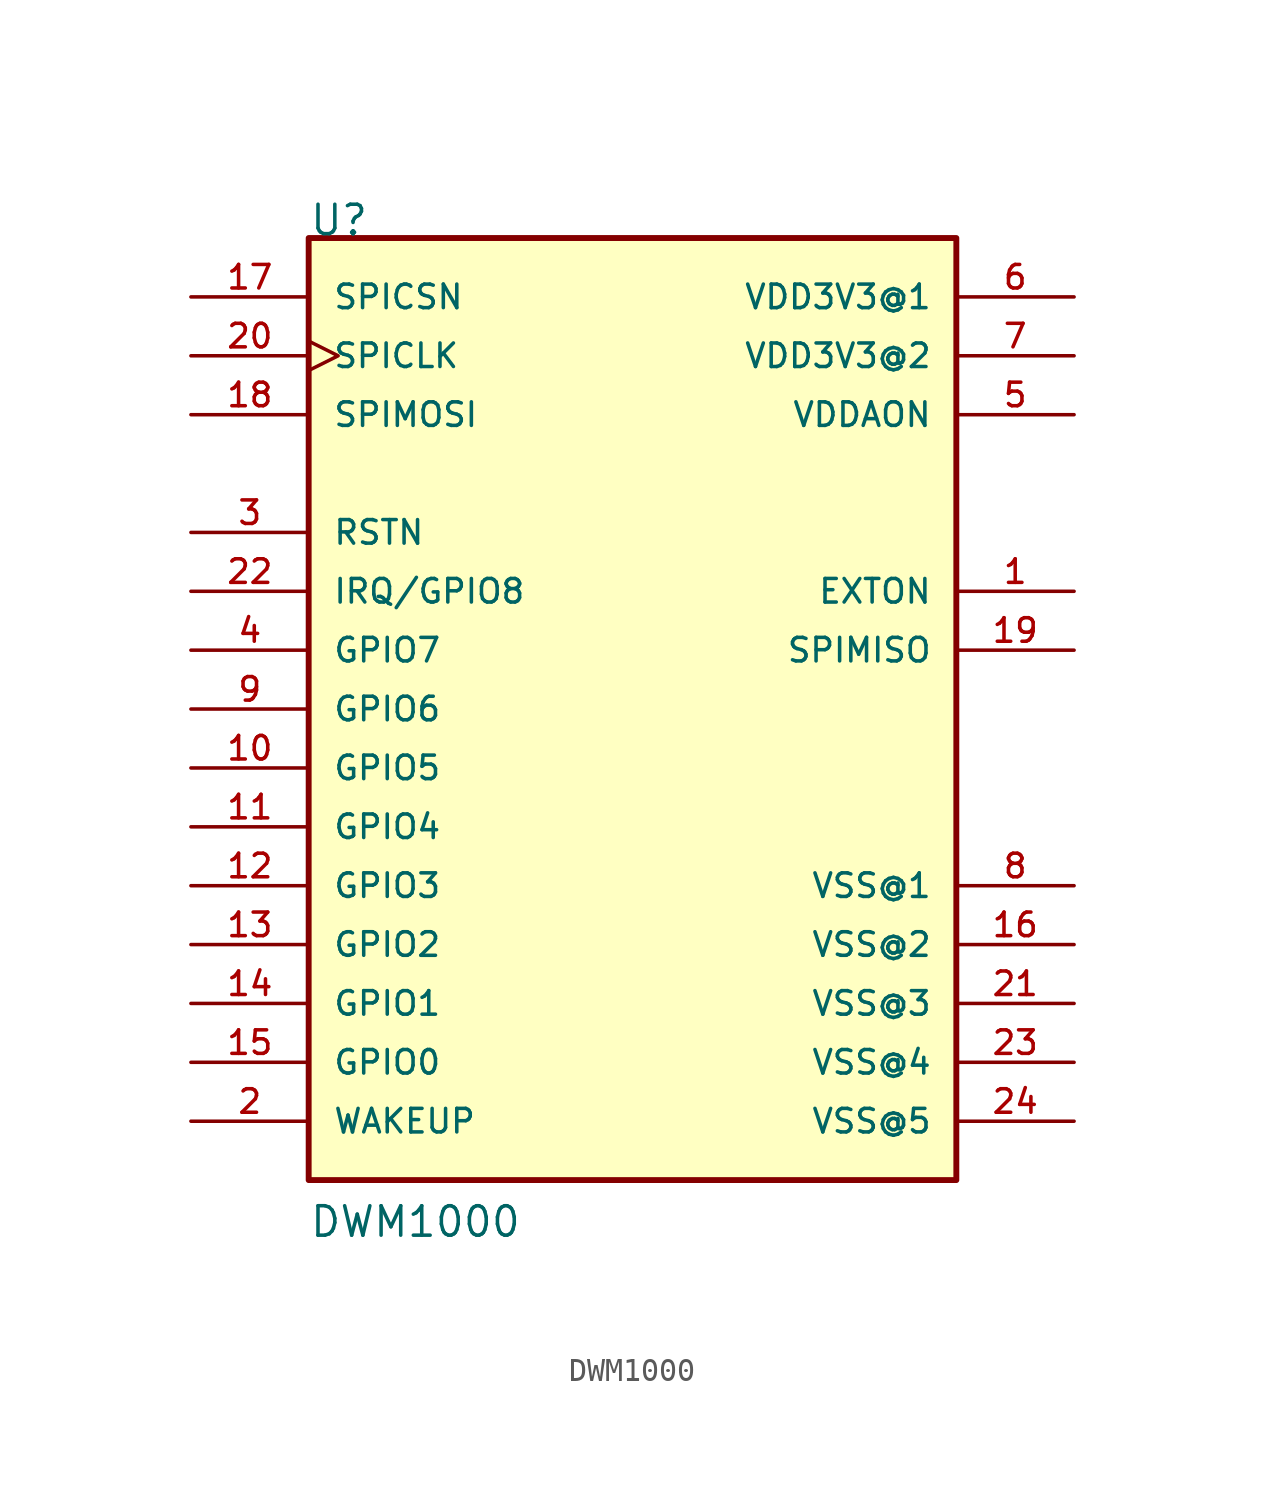
<source format=kicad_sym>
(kicad_symbol_lib
  (version 20210619)
  (generator kicad_symbol_editor)
  (symbol "dwm1000:DWM1000"
    (pin_names
      (offset 1.016))
    (property "Reference" "U"
      (at -12.7 20.345 0)
      (effects (font (size 1.27 1.27)) (justify left bottom)))
    (property "Value" "DWM1000"
      (at -12.7 -22.86 0)
      (effects (font (size 1.27 1.27)) (justify left bottom)))
    (property "ki_locked" ""
      (at 0 0 0)
      (effects (font (size 1.27 1.27))))
    (symbol "DWM1000_0_0"
      (rectangle (start -12.7 -20.32) (end 15.24 20.32) (stroke (width 0.254)) (fill (type background)))
      (pin output line (at 20.32 5.08 180) (length 5.08) (name "EXTON" (effects (font (size 1.016 1.016)))) (number "1" (effects (font (size 1.016 1.016)))))
      (pin bidirectional line (at -17.78 -2.54 0) (length 5.08) (name "GPIO5" (effects (font (size 1.016 1.016)))) (number "10" (effects (font (size 1.016 1.016)))))
      (pin bidirectional line (at -17.78 -5.08 0) (length 5.08) (name "GPIO4" (effects (font (size 1.016 1.016)))) (number "11" (effects (font (size 1.016 1.016)))))
      (pin bidirectional line (at -17.78 -7.62 0) (length 5.08) (name "GPIO3" (effects (font (size 1.016 1.016)))) (number "12" (effects (font (size 1.016 1.016)))))
      (pin bidirectional line (at -17.78 -10.16 0) (length 5.08) (name "GPIO2" (effects (font (size 1.016 1.016)))) (number "13" (effects (font (size 1.016 1.016)))))
      (pin bidirectional line (at -17.78 -12.7 0) (length 5.08) (name "GPIO1" (effects (font (size 1.016 1.016)))) (number "14" (effects (font (size 1.016 1.016)))))
      (pin bidirectional line (at -17.78 -15.24 0) (length 5.08) (name "GPIO0" (effects (font (size 1.016 1.016)))) (number "15" (effects (font (size 1.016 1.016)))))
      (pin power_in line (at 20.32 -10.16 180) (length 5.08) (name "VSS@2" (effects (font (size 1.016 1.016)))) (number "16" (effects (font (size 1.016 1.016)))))
      (pin input line (at -17.78 17.78 0) (length 5.08) (name "SPICSN" (effects (font (size 1.016 1.016)))) (number "17" (effects (font (size 1.016 1.016)))))
      (pin input line (at -17.78 12.7 0) (length 5.08) (name "SPIMOSI" (effects (font (size 1.016 1.016)))) (number "18" (effects (font (size 1.016 1.016)))))
      (pin output line (at 20.32 2.54 180) (length 5.08) (name "SPIMISO" (effects (font (size 1.016 1.016)))) (number "19" (effects (font (size 1.016 1.016)))))
      (pin bidirectional line (at -17.78 -17.78 0) (length 5.08) (name "WAKEUP" (effects (font (size 1.016 1.016)))) (number "2" (effects (font (size 1.016 1.016)))))
      (pin input clock (at -17.78 15.24 0) (length 5.08) (name "SPICLK" (effects (font (size 1.016 1.016)))) (number "20" (effects (font (size 1.016 1.016)))))
      (pin power_in line (at 20.32 -12.7 180) (length 5.08) (name "VSS@3" (effects (font (size 1.016 1.016)))) (number "21" (effects (font (size 1.016 1.016)))))
      (pin bidirectional line (at -17.78 5.08 0) (length 5.08) (name "IRQ/GPIO8" (effects (font (size 1.016 1.016)))) (number "22" (effects (font (size 1.016 1.016)))))
      (pin power_in line (at 20.32 -15.24 180) (length 5.08) (name "VSS@4" (effects (font (size 1.016 1.016)))) (number "23" (effects (font (size 1.016 1.016)))))
      (pin power_in line (at 20.32 -17.78 180) (length 5.08) (name "VSS@5" (effects (font (size 1.016 1.016)))) (number "24" (effects (font (size 1.016 1.016)))))
      (pin bidirectional line (at -17.78 7.62 0) (length 5.08) (name "RSTN" (effects (font (size 1.016 1.016)))) (number "3" (effects (font (size 1.016 1.016)))))
      (pin bidirectional line (at -17.78 2.54 0) (length 5.08) (name "GPIO7" (effects (font (size 1.016 1.016)))) (number "4" (effects (font (size 1.016 1.016)))))
      (pin power_in line (at 20.32 12.7 180) (length 5.08) (name "VDDAON" (effects (font (size 1.016 1.016)))) (number "5" (effects (font (size 1.016 1.016)))))
      (pin power_in line (at 20.32 17.78 180) (length 5.08) (name "VDD3V3@1" (effects (font (size 1.016 1.016)))) (number "6" (effects (font (size 1.016 1.016)))))
      (pin power_in line (at 20.32 15.24 180) (length 5.08) (name "VDD3V3@2" (effects (font (size 1.016 1.016)))) (number "7" (effects (font (size 1.016 1.016)))))
      (pin power_in line (at 20.32 -7.62 180) (length 5.08) (name "VSS@1" (effects (font (size 1.016 1.016)))) (number "8" (effects (font (size 1.016 1.016)))))
      (pin bidirectional line (at -17.78 0 0) (length 5.08) (name "GPIO6" (effects (font (size 1.016 1.016)))) (number "9" (effects (font (size 1.016 1.016))))))))
</source>
